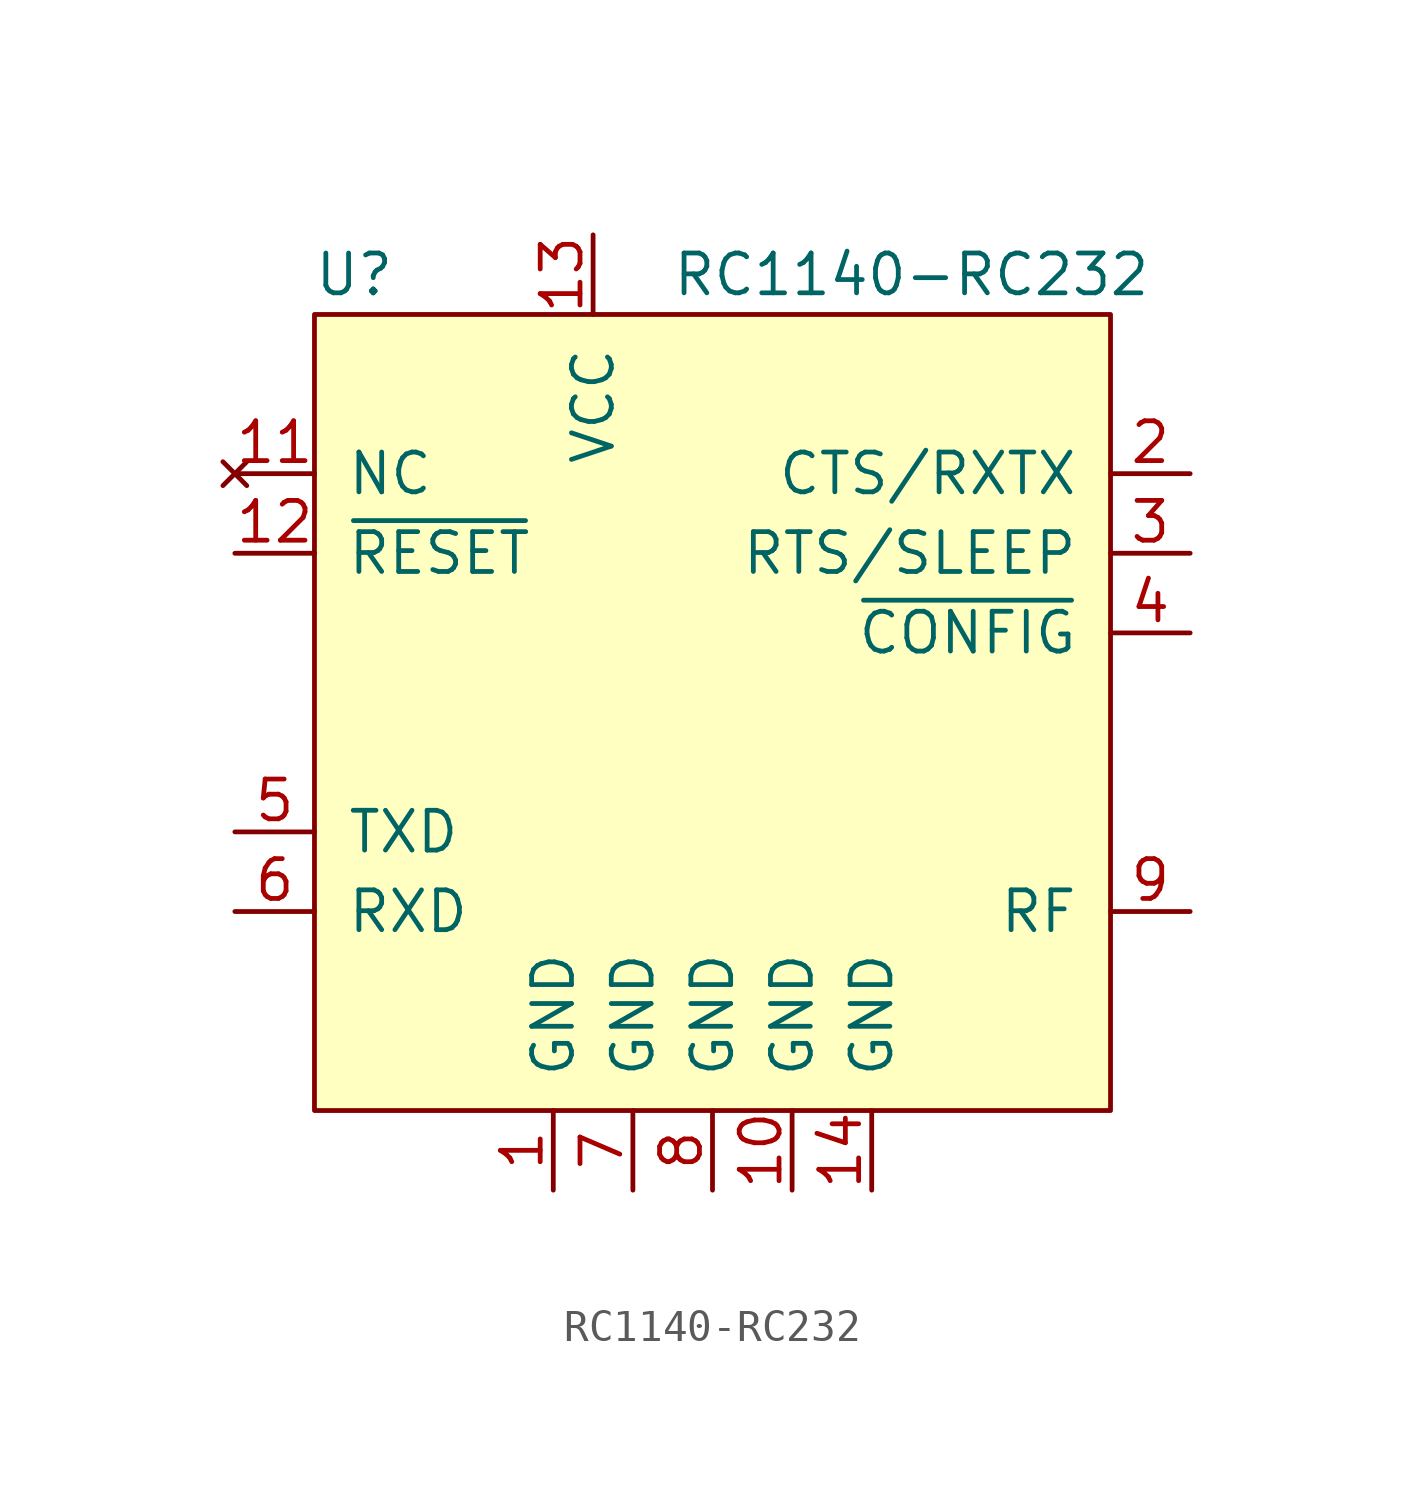
<source format=kicad_sym>
(kicad_symbol_lib
  (version 20211014)
  (generator kicad_symbol_editor)
  (symbol "RC1140-RC232"
    (pin_names
      (offset 1.016))
    (property "Reference" "U"
      (at -11.43 13.97 0)
      (effects (font (size 1.27 1.27))))
    (property "Value" "RC1140-RC232"
      (at 6.35 13.97 0)
      (effects (font (size 1.27 1.27))))
    (symbol "RC1140-RC232_0_1"
      (rectangle (start -12.7 12.7) (end 12.7 -12.7) (stroke (width 0) (type default) (color 0 0 0 0)) (fill (type background))))
    (symbol "RC1140-RC232_1_1"
      (pin power_in line (at -5.08 -15.24 90) (length 2.54) (name "GND" (effects (font (size 1.27 1.27)))) (number "1" (effects (font (size 1.27 1.27)))))
      (pin power_in line (at 2.54 -15.24 90) (length 2.54) (name "GND" (effects (font (size 1.27 1.27)))) (number "10" (effects (font (size 1.27 1.27)))))
      (pin no_connect line (at -15.24 7.62 0) (length 2.54) (name "NC" (effects (font (size 1.27 1.27)))) (number "11" (effects (font (size 1.27 1.27)))))
      (pin input line (at -15.24 5.08 0) (length 2.54) (name "~{RESET}" (effects (font (size 1.27 1.27)))) (number "12" (effects (font (size 1.27 1.27)))))
      (pin power_in line (at -3.81 15.24 270) (length 2.54) (name "VCC" (effects (font (size 1.27 1.27)))) (number "13" (effects (font (size 1.27 1.27)))))
      (pin power_in line (at 5.08 -15.24 90) (length 2.54) (name "GND" (effects (font (size 1.27 1.27)))) (number "14" (effects (font (size 1.27 1.27)))))
      (pin output line (at 15.24 7.62 180) (length 2.54) (name "CTS/RXTX" (effects (font (size 1.27 1.27)))) (number "2" (effects (font (size 1.27 1.27)))))
      (pin input line (at 15.24 5.08 180) (length 2.54) (name "RTS/SLEEP" (effects (font (size 1.27 1.27)))) (number "3" (effects (font (size 1.27 1.27)))))
      (pin input line (at 15.24 2.54 180) (length 2.54) (name "~{CONFIG}" (effects (font (size 1.27 1.27)))) (number "4" (effects (font (size 1.27 1.27)))))
      (pin output line (at -15.24 -3.81 0) (length 2.54) (name "TXD" (effects (font (size 1.27 1.27)))) (number "5" (effects (font (size 1.27 1.27)))))
      (pin input line (at -15.24 -6.35 0) (length 2.54) (name "RXD" (effects (font (size 1.27 1.27)))) (number "6" (effects (font (size 1.27 1.27)))))
      (pin power_in line (at -2.54 -15.24 90) (length 2.54) (name "GND" (effects (font (size 1.27 1.27)))) (number "7" (effects (font (size 1.27 1.27)))))
      (pin power_in line (at 0 -15.24 90) (length 2.54) (name "GND" (effects (font (size 1.27 1.27)))) (number "8" (effects (font (size 1.27 1.27)))))
      (pin bidirectional line (at 15.24 -6.35 180) (length 2.54) (name "RF" (effects (font (size 1.27 1.27)))) (number "9" (effects (font (size 1.27 1.27))))))))
</source>
